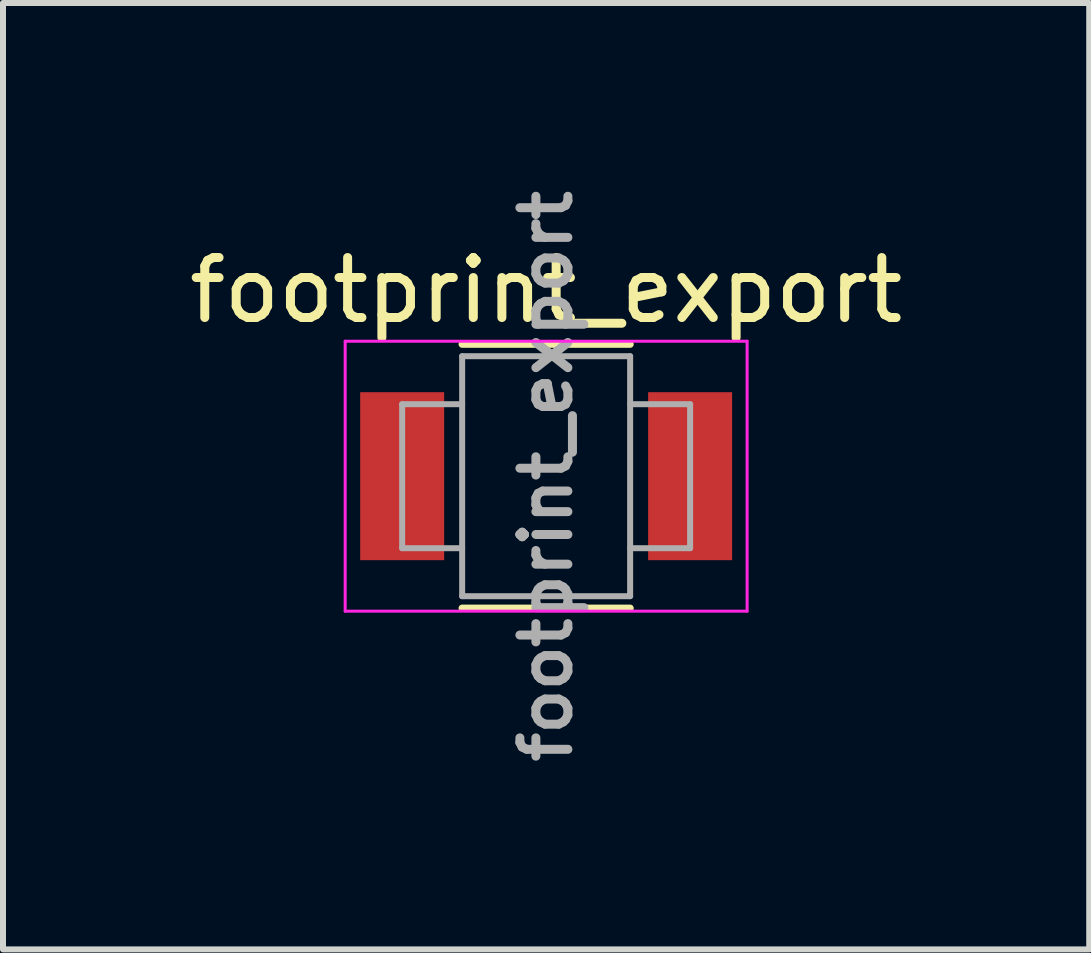
<source format=kicad_pcb>
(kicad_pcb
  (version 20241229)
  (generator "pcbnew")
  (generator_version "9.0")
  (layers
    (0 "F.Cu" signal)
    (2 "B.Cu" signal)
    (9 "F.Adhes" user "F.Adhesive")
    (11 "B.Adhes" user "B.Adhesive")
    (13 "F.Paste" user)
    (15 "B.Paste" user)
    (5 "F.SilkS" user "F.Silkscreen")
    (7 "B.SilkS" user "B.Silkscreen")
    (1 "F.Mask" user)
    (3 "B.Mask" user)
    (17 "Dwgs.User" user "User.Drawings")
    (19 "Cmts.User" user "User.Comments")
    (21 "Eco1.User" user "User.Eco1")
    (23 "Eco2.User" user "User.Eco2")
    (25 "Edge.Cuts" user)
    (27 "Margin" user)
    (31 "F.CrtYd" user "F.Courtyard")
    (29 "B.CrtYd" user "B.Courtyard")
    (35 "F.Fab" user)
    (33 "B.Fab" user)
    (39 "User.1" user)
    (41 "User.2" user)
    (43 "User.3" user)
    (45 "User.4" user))
  (footprint "footprint_export"
    (layer "F.Cu")
    (at 6.054 4.888)
    (property "Reference" "footprint_export" (at 0 -3.1 0) (layer "F.SilkS") (effects (font (size 1 1) (thickness 0.15))))
    (attr smd)
    (fp_line (start -1.4 2.2) (end 1.4 2.2) (stroke (width 0.12) (type solid)) (layer "F.SilkS"))
    (fp_line (start 1.4 -2.2) (end -1.4 -2.2) (stroke (width 0.12) (type solid)) (layer "F.SilkS"))
    (fp_line (start -3.35 -2.25) (end -3.35 2.25) (stroke (width 0.05) (type solid)) (layer "F.CrtYd"))
    (fp_line (start -3.35 -2.25) (end 3.35 -2.25) (stroke (width 0.05) (type solid)) (layer "F.CrtYd"))
    (fp_line (start 3.35 2.25) (end -3.35 2.25) (stroke (width 0.05) (type solid)) (layer "F.CrtYd"))
    (fp_line (start 3.35 2.25) (end 3.35 -2.25) (stroke (width 0.05) (type solid)) (layer "F.CrtYd"))
    (fp_line (start -2.4 -1.2) (end -2.4 1.2) (stroke (width 0.1) (type solid)) (layer "F.Fab"))
    (fp_line (start -2.4 -1.2) (end -1.4 -1.2) (stroke (width 0.1) (type solid)) (layer "F.Fab"))
    (fp_line (start -2.4 1.2) (end -1.4 1.2) (stroke (width 0.1) (type solid)) (layer "F.Fab"))
    (fp_line (start -1.4 -2) (end -1.4 2) (stroke (width 0.1) (type solid)) (layer "F.Fab"))
    (fp_line (start -1.4 2) (end 1.4 2) (stroke (width 0.1) (type solid)) (layer "F.Fab"))
    (fp_line (start 1.4 -2) (end -1.4 -2) (stroke (width 0.1) (type solid)) (layer "F.Fab"))
    (fp_line (start 1.4 1.2) (end 2.4 1.2) (stroke (width 0.1) (type solid)) (layer "F.Fab"))
    (fp_line (start 1.4 2) (end 1.4 -2) (stroke (width 0.1) (type solid)) (layer "F.Fab"))
    (fp_line (start 2.4 -1.2) (end 1.4 -1.2) (stroke (width 0.1) (type solid)) (layer "F.Fab"))
    (fp_line (start 2.4 1.2) (end 2.4 -1.2) (stroke (width 0.1) (type solid)) (layer "F.Fab"))
    (fp_text user "${REFERENCE}" (at 0 0 90) (layer "F.Fab") (effects (font (size 0.8 0.8) (thickness 0.15))))
    (pad "1" smd rect (at -2.4 0) (size 1.4 2.8) (layers "F.Cu" "F.Mask" "F.Paste"))
    (pad "2" smd rect (at 2.4 0) (size 1.4 2.8) (layers "F.Cu" "F.Mask" "F.Paste")))
  (gr_rect
    (start -3 -3)
    (end 15.107 12.776)
    (stroke (width 0.1) (type default))
    (fill no)
    (layer "Edge.Cuts")))
</source>
